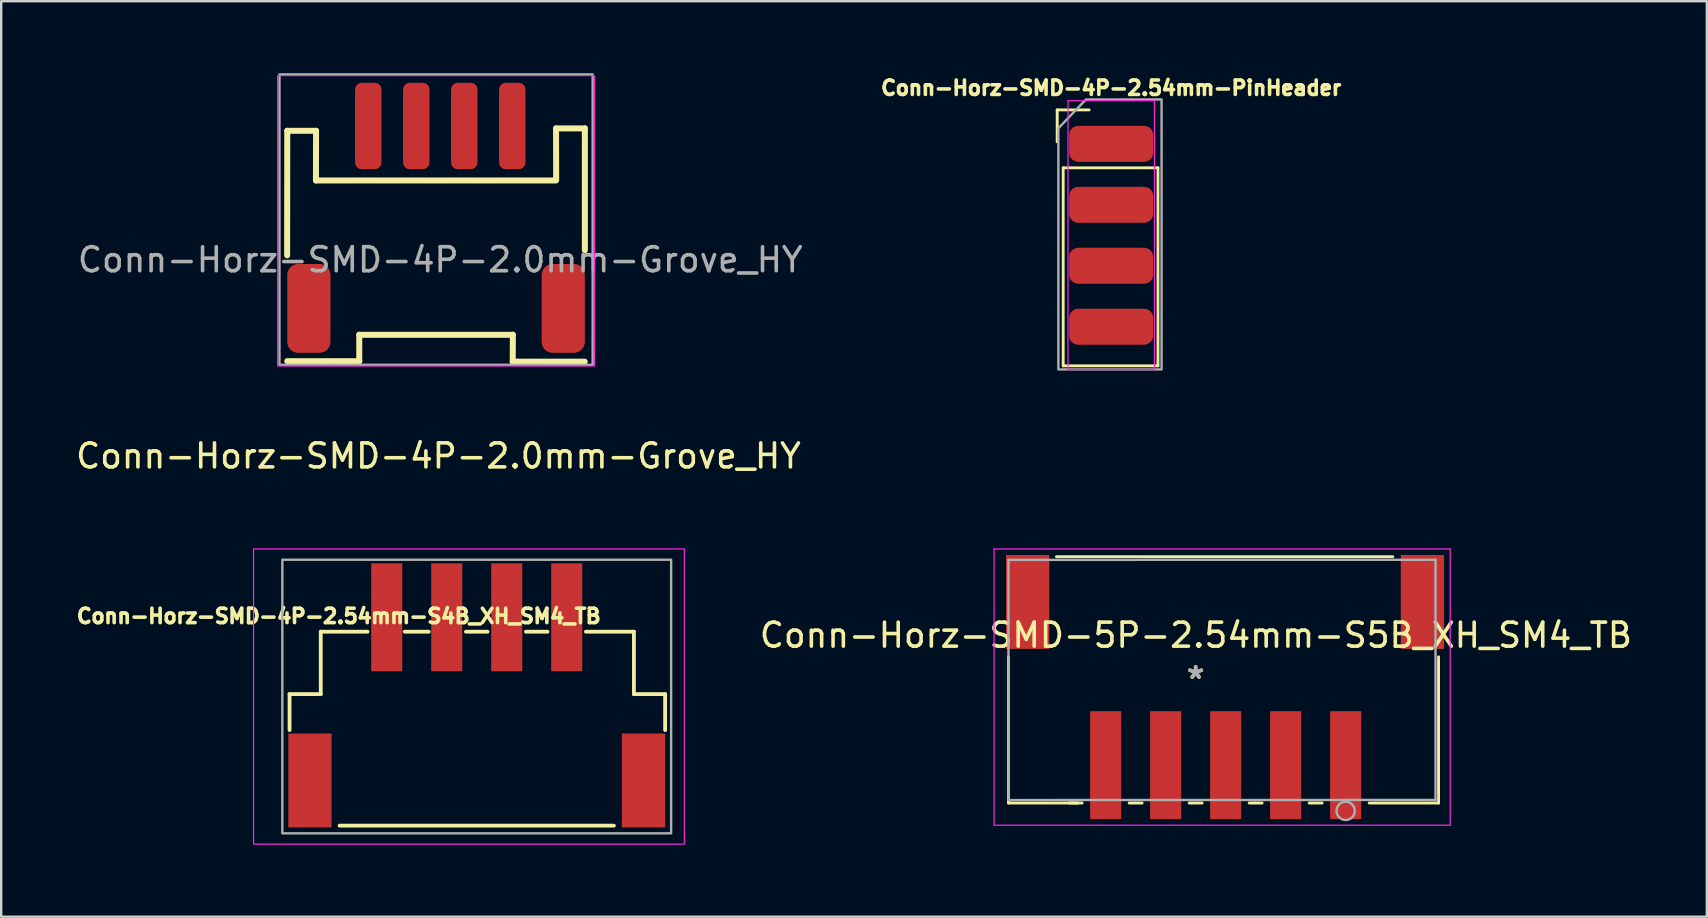
<source format=kicad_pcb>
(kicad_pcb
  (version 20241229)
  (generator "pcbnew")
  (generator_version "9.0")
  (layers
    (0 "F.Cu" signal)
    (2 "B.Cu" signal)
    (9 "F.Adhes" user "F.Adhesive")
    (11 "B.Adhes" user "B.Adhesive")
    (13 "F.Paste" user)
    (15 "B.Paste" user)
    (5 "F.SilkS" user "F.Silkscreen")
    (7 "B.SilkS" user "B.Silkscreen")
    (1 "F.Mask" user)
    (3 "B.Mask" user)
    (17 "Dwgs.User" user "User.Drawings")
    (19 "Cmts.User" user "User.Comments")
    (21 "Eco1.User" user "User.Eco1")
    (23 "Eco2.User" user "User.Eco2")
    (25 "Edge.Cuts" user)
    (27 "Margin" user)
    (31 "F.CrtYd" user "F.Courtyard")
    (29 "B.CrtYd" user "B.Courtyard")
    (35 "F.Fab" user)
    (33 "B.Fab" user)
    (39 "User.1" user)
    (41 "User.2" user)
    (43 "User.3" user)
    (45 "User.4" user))
  (footprint "Conn-Horz-SMD-4P-2.54mm-S4B_XH_SM4_TB"
    (layer "F.Cu")
    (at 16.815 26.223)
    (property "Reference" "Conn-Horz-SMD-4P-2.54mm-S4B_XH_SM4_TB" (at -5.75 -3.6 0) (layer "F.SilkS") (effects (font (size 0.6 0.6) (thickness 0.15))))
    (attr smd)
    (fp_line (start -7.8 -0.35) (end -7.8 1.15) (stroke (width 0.159) (type solid)) (layer "F.SilkS"))
    (fp_line (start -7.8 -0.35) (end -6.5 -0.35) (stroke (width 0.159) (type solid)) (layer "F.SilkS"))
    (fp_line (start -6.5 -2.95) (end -4.55 -2.95) (stroke (width 0.159) (type solid)) (layer "F.SilkS"))
    (fp_line (start -6.5 -0.35) (end -6.5 -2.95) (stroke (width 0.159) (type solid)) (layer "F.SilkS"))
    (fp_line (start -5.716 5.131) (end 5.716 5.131) (stroke (width 0.159) (type solid)) (layer "F.SilkS"))
    (fp_line (start -3 -2.95) (end -2 -2.95) (stroke (width 0.159) (type solid)) (layer "F.SilkS"))
    (fp_line (start -0.45 -2.95) (end 0.45 -2.95) (stroke (width 0.159) (type solid)) (layer "F.SilkS"))
    (fp_line (start 2.05 -2.95) (end 2.95 -2.95) (stroke (width 0.159) (type solid)) (layer "F.SilkS"))
    (fp_line (start 6.55 -2.95) (end 4.55 -2.95) (stroke (width 0.159) (type solid)) (layer "F.SilkS"))
    (fp_line (start 6.55 -0.35) (end 6.55 -2.95) (stroke (width 0.159) (type solid)) (layer "F.SilkS"))
    (fp_line (start 7.85 -0.35) (end 6.55 -0.35) (stroke (width 0.159) (type solid)) (layer "F.SilkS"))
    (fp_line (start 7.85 -0.35) (end 7.85 1.15) (stroke (width 0.159) (type solid)) (layer "F.SilkS"))
    (fp_rect (start -9.3 -6.4) (end 8.65 5.9) (stroke (width 0.05) (type solid)) (fill no) (layer "F.CrtYd"))
    (fp_rect (start -8.1 -5.95) (end 8.1 5.45) (stroke (width 0.1) (type default)) (fill no) (layer "F.Fab"))
    (pad "1" smd rect (at -3.75 -3.552) (size 1.295 4.496) (layers "F.Cu" "F.Mask" "F.Paste"))
    (pad "2" smd rect (at -1.25 -3.552) (size 1.295 4.496) (layers "F.Cu" "F.Mask" "F.Paste"))
    (pad "3" smd rect (at 1.25 -3.552) (size 1.295 4.496) (layers "F.Cu" "F.Mask" "F.Paste"))
    (pad "4" smd rect (at 3.75 -3.552) (size 1.295 4.496) (layers "F.Cu" "F.Mask" "F.Paste"))
    (pad "S" smd rect (at -6.95 3.248 90) (size 3.912 1.803) (layers "F.Cu" "F.Mask" "F.Paste"))
    (pad "S" smd rect (at 6.95 3.248 90) (size 3.912 1.803) (layers "F.Cu" "F.Mask" "F.Paste")))
  (footprint "Conn-Horz-SMD-4P-2.0mm-Grove_HY"
    (layer "F.Cu")
    (at 15.295 7.1)
    (property "Reference" "Conn-Horz-SMD-4P-2.0mm-Grove_HY" (at -0.075 8.85 0) (unlocked yes) (layer "F.SilkS") (effects (font (size 1 1) (thickness 0.15))))
    (attr smd)
    (fp_line (start -6.38 0.49) (end -6.375 -4.7) (stroke (width 0.25) (type solid)) (layer "F.SilkS"))
    (fp_line (start -6.375 -4.7) (end -5.175 -4.7) (stroke (width 0.25) (type solid)) (layer "F.SilkS"))
    (fp_line (start -6.375 4.9) (end -3.375 4.9) (stroke (width 0.25) (type solid)) (layer "F.SilkS"))
    (fp_line (start -5.18 -2.63) (end 4.82 -2.63) (stroke (width 0.25) (type solid)) (layer "F.SilkS"))
    (fp_line (start -5.175 -4.7) (end -5.18 -2.63) (stroke (width 0.25) (type solid)) (layer "F.SilkS"))
    (fp_line (start -3.375 3.8) (end 3.025 3.8) (stroke (width 0.25) (type solid)) (layer "F.SilkS"))
    (fp_line (start -3.375 4.9) (end -3.375 3.8) (stroke (width 0.25) (type solid)) (layer "F.SilkS"))
    (fp_line (start 3.02 4.92) (end 6.02 4.92) (stroke (width 0.25) (type solid)) (layer "F.SilkS"))
    (fp_line (start 3.025 3.8) (end 3.02 4.92) (stroke (width 0.25) (type solid)) (layer "F.SilkS"))
    (fp_line (start 4.825 -4.8) (end 4.83 -2.66) (stroke (width 0.25) (type solid)) (layer "F.SilkS"))
    (fp_line (start 4.825 -4.8) (end 6.025 -4.8) (stroke (width 0.25) (type solid)) (layer "F.SilkS"))
    (fp_line (start 6.025 0.28) (end 6.025 -4.8) (stroke (width 0.25) (type solid)) (layer "F.SilkS"))
    (fp_rect (start -6.775 -7) (end 6.425 5.1) (stroke (width 0.05) (type solid)) (fill no) (layer "F.CrtYd"))
    (fp_rect (start -6.7 -7.05) (end 6.35 5.05) (stroke (width 0.1) (type default)) (fill no) (layer "F.Fab"))
    (fp_text user "${REFERENCE}" (at 0 0.675 0) (unlocked yes) (layer "F.Fab") (effects (font (size 1 1) (thickness 0.15))))
    (pad "1" smd roundrect (at -3 -4.9 180) (size 1.1 3.6) (layers "F.Cu" "F.Mask" "F.Paste") (roundrect_rratio 0.25))
    (pad "2" smd roundrect (at -1 -4.9 180) (size 1.1 3.6) (layers "F.Cu" "F.Mask" "F.Paste") (roundrect_rratio 0.25))
    (pad "3" smd roundrect (at 1 -4.9 180) (size 1.1 3.6) (layers "F.Cu" "F.Mask" "F.Paste") (roundrect_rratio 0.25))
    (pad "4" smd roundrect (at 3 -4.9 180) (size 1.1 3.6) (layers "F.Cu" "F.Mask" "F.Paste") (roundrect_rratio 0.25))
    (pad "S" smd roundrect (at -5.475 2.7 180) (size 1.8 3.7) (layers "F.Cu" "F.Mask" "F.Paste") (roundrect_rratio 0.25))
    (pad "S" smd roundrect (at 5.125 2.7 180) (size 1.8 3.7) (layers "F.Cu" "F.Mask" "F.Paste") (roundrect_rratio 0.25)))
  (footprint "Conn-Horz-SMD-5P-2.54mm-S5B_XH_SM4_TB"
    (layer "F.Cu")
    (at 46.772 25.879)
    (property "Reference" "Conn-Horz-SMD-5P-2.54mm-S5B_XH_SM4_TB" (at 0.01 -2.46 180) (layer "F.SilkS") (effects (font (size 1 1) (thickness 0.15))))
    (attr through_hole)
    (fp_line (start -7.8 -1.558) (end -7.8 4.531) (stroke (width 0.12) (type solid)) (layer "F.SilkS"))
    (fp_line (start -7.8 4.531) (end -4.909 4.531) (stroke (width 0.12) (type solid)) (layer "F.SilkS"))
    (fp_line (start -5.27 4.531) (end -4.73 4.531) (stroke (width 0.12) (type solid)) (layer "F.SilkS"))
    (fp_line (start -2.77 4.531) (end -2.23 4.531) (stroke (width 0.12) (type solid)) (layer "F.SilkS"))
    (fp_line (start -0.27 4.531) (end 0.27 4.531) (stroke (width 0.12) (type solid)) (layer "F.SilkS"))
    (fp_line (start 2.23 4.531) (end 2.77 4.531) (stroke (width 0.12) (type solid)) (layer "F.SilkS"))
    (fp_line (start 4.73 4.531) (end 5.27 4.531) (stroke (width 0.12) (type solid)) (layer "F.SilkS"))
    (fp_line (start 7.23 4.531) (end 10.122 4.531) (stroke (width 0.12) (type solid)) (layer "F.SilkS"))
    (fp_line (start 8.216 -5.731) (end -5.8 -5.731) (stroke (width 0.12) (type solid)) (layer "F.SilkS"))
    (fp_line (start 10.122 4.531) (end 10.122 -1.558) (stroke (width 0.12) (type solid)) (layer "F.SilkS"))
    (fp_line (start -8.4 -6.056) (end -8.4 5.456) (stroke (width 0.05) (type solid)) (layer "F.CrtYd"))
    (fp_line (start -8.4 5.456) (end 10.606 5.456) (stroke (width 0.05) (type solid)) (layer "F.CrtYd"))
    (fp_line (start 10.606 -6.056) (end -8.4 -6.056) (stroke (width 0.05) (type solid)) (layer "F.CrtYd"))
    (fp_line (start 10.606 5.456) (end 10.606 -6.056) (stroke (width 0.05) (type solid)) (layer "F.CrtYd"))
    (fp_line (start -7.8 -5.6) (end -7.8 4.408) (stroke (width 0.1) (type solid)) (layer "F.Fab"))
    (fp_line (start -7.8 4.408) (end 9.995 4.404) (stroke (width 0.1) (type solid)) (layer "F.Fab"))
    (fp_line (start 9.995 -5.604) (end -7.8 -5.6) (stroke (width 0.1) (type solid)) (layer "F.Fab"))
    (fp_line (start 9.995 4.404) (end 9.995 -5.604) (stroke (width 0.1) (type solid)) (layer "F.Fab"))
    (fp_circle (center 6.25 4.859) (end 5.869 4.859) (stroke (width 0.1) (type solid)) (fill no) (layer "F.Fab"))
    (fp_text user "*" (at 0 -0.6 180) (layer "F.SilkS") (effects (font (size 1 1) (thickness 0.15))))
    (fp_text user "*" (at 0 -0.6 180) (layer "F.Fab") (effects (font (size 1 1) (thickness 0.15))))
    (pad "1" smd rect (at 6.25 2.954 180) (size 1.295 4.496) (layers "F.Cu" "F.Mask" "F.Paste"))
    (pad "2" smd rect (at 3.75 2.954 180) (size 1.295 4.496) (layers "F.Cu" "F.Mask" "F.Paste"))
    (pad "3" smd rect (at 1.25 2.954 180) (size 1.295 4.496) (layers "F.Cu" "F.Mask" "F.Paste"))
    (pad "4" smd rect (at -1.25 2.954 180) (size 1.295 4.496) (layers "F.Cu" "F.Mask" "F.Paste"))
    (pad "5" smd rect (at -3.75 2.954 180) (size 1.295 4.496) (layers "F.Cu" "F.Mask" "F.Paste"))
    (pad "S" smd rect (at -7 -3.846 180) (size 1.803 3.912) (layers "F.Cu" "F.Mask" "F.Paste"))
    (pad "S" smd rect (at 9.45 -3.846 180) (size 1.803 3.912) (layers "F.Cu" "F.Mask" "F.Paste")))
  (footprint "Conn-Horz-SMD-4P-2.54mm-PinHeader"
    (layer "F.Cu")
    (at 43.252 2.944)
    (property "Reference" "Conn-Horz-SMD-4P-2.54mm-PinHeader" (at 0 -2.33 0) (layer "F.SilkS") (effects (font (size 0.6 0.6) (thickness 0.15))))
    (attr through_hole)
    (fp_line (start -2.25 -1.415) (end -0.92 -1.415) (stroke (width 0.12) (type solid)) (layer "F.SilkS"))
    (fp_line (start -2.25 -0.085) (end -2.25 -1.415) (stroke (width 0.12) (type solid)) (layer "F.SilkS"))
    (fp_line (start -2 1) (end -2 9.25) (stroke (width 0.12) (type solid)) (layer "F.SilkS"))
    (fp_line (start -2 1) (end 1.95 1) (stroke (width 0.12) (type solid)) (layer "F.SilkS"))
    (fp_line (start -2 9.25) (end 1.95 9.25) (stroke (width 0.12) (type solid)) (layer "F.SilkS"))
    (fp_line (start 1.95 1) (end 1.95 9.25) (stroke (width 0.12) (type solid)) (layer "F.SilkS"))
    (fp_line (start -1.8 -1.8) (end -1.8 9.4) (stroke (width 0.05) (type solid)) (layer "F.CrtYd"))
    (fp_line (start -1.8 9.4) (end 1.8 9.4) (stroke (width 0.05) (type solid)) (layer "F.CrtYd"))
    (fp_line (start 1.8 -1.8) (end -1.8 -1.8) (stroke (width 0.05) (type solid)) (layer "F.CrtYd"))
    (fp_line (start 1.8 9.4) (end 1.8 -1.8) (stroke (width 0.05) (type solid)) (layer "F.CrtYd"))
    (fp_poly (pts (xy -2.2 9.4) (xy 2.1 9.4) (xy 2.1 -1.85) (xy -1.05 -1.85) (xy -2.2 -0.65)) (stroke (width 0.1) (type solid)) (fill no) (layer "F.Fab"))
    (pad "1" smd roundrect (at 0 0 180) (size 3.5 1.5) (layers "F.Cu" "F.Mask" "F.Paste") (roundrect_rratio 0.25))
    (pad "2" smd roundrect (at 0 2.54 180) (size 3.5 1.5) (layers "F.Cu" "F.Mask" "F.Paste") (roundrect_rratio 0.25))
    (pad "3" smd roundrect (at 0 5.08 180) (size 3.5 1.5) (layers "F.Cu" "F.Mask" "F.Paste") (roundrect_rratio 0.25))
    (pad "4" smd roundrect (at 0 7.62 180) (size 3.5 1.5) (layers "F.Cu" "F.Mask" "F.Paste") (roundrect_rratio 0.25)))
  (gr_rect
    (start -3 -3)
    (end 68.073 35.148)
    (stroke (width 0.1) (type default))
    (fill no)
    (layer "Edge.Cuts")))
</source>
